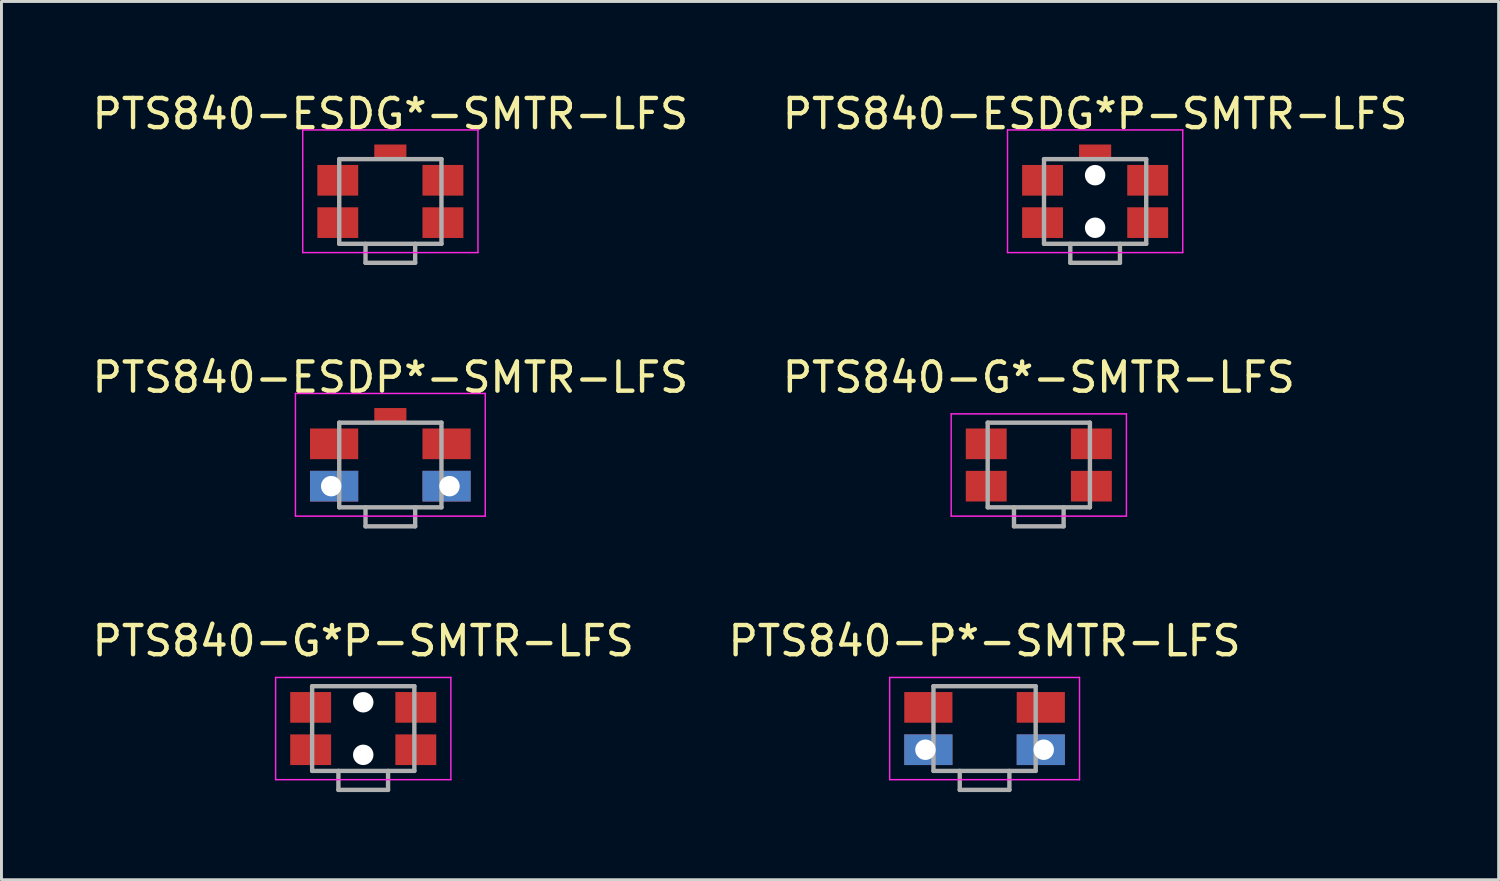
<source format=kicad_pcb>
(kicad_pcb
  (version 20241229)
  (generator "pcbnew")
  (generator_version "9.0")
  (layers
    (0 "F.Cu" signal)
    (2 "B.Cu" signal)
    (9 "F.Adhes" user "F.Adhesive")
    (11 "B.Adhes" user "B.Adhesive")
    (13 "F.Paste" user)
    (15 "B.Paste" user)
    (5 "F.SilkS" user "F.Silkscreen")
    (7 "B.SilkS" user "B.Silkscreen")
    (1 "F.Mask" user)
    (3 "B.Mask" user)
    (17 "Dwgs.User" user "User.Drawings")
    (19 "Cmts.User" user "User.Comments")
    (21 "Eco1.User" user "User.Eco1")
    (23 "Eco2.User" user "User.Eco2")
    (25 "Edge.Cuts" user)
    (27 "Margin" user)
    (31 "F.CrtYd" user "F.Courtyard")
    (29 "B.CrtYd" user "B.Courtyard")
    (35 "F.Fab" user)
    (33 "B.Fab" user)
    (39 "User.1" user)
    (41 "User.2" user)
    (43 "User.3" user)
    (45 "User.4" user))
  (footprint "PTS840-G*-SMTR-LFS"
    (layer "F.Cu")
    (at 32.518 12.871)
    (property "Reference" "PTS840-G*-SMTR-LFS" (at 0 -3 0) (layer "F.SilkS") (effects (font (size 1 1) (thickness 0.15))))
    (attr smd)
    (fp_line (start -3 -1.75) (end -3 1.75) (stroke (width 0.05) (type solid)) (layer "F.CrtYd"))
    (fp_line (start -3 -1.75) (end 3 -1.75) (stroke (width 0.05) (type solid)) (layer "F.CrtYd"))
    (fp_line (start -3 1.75) (end 3 1.75) (stroke (width 0.05) (type solid)) (layer "F.CrtYd"))
    (fp_line (start 3 -1.75) (end 3 1.75) (stroke (width 0.05) (type solid)) (layer "F.CrtYd"))
    (fp_line (start -1.75 -1.45) (end -1.75 1.45) (stroke (width 0.15) (type solid)) (layer "F.Fab"))
    (fp_line (start -1.75 -1.45) (end 1.75 -1.45) (stroke (width 0.15) (type solid)) (layer "F.Fab"))
    (fp_line (start -1.75 1.45) (end 1.75 1.45) (stroke (width 0.15) (type solid)) (layer "F.Fab"))
    (fp_line (start -0.85 1.45) (end -0.85 2.1) (stroke (width 0.15) (type solid)) (layer "F.Fab"))
    (fp_line (start -0.85 2.1) (end 0.85 2.1) (stroke (width 0.15) (type solid)) (layer "F.Fab"))
    (fp_line (start 0.85 1.45) (end 0.85 2.1) (stroke (width 0.15) (type solid)) (layer "F.Fab"))
    (fp_line (start 1.75 -1.45) (end 1.75 1.45) (stroke (width 0.15) (type solid)) (layer "F.Fab"))
    (pad "1" smd rect (at -1.8 -0.725) (size 1.4 1.05) (layers "F.Cu" "F.Mask" "F.Paste"))
    (pad "2" smd rect (at 1.8 -0.725) (size 1.4 1.05) (layers "F.Cu" "F.Mask" "F.Paste"))
    (pad "3" smd rect (at -1.8 0.725) (size 1.4 1.05) (layers "F.Cu" "F.Mask" "F.Paste"))
    (pad "4" smd rect (at 1.8 0.725) (size 1.4 1.05) (layers "F.Cu" "F.Mask" "F.Paste")))
  (footprint "PTS840-ESDG*-SMTR-LFS"
    (layer "F.Cu")
    (at 10.315 3.848)
    (property "Reference" "PTS840-ESDG*-SMTR-LFS" (at 0 -3 0) (layer "F.SilkS") (effects (font (size 1 1) (thickness 0.15))))
    (attr smd)
    (fp_line (start -3 -2.45) (end -3 1.75) (stroke (width 0.05) (type solid)) (layer "F.CrtYd"))
    (fp_line (start -3 -2.45) (end 3 -2.45) (stroke (width 0.05) (type solid)) (layer "F.CrtYd"))
    (fp_line (start -3 1.75) (end 3 1.75) (stroke (width 0.05) (type solid)) (layer "F.CrtYd"))
    (fp_line (start 3 -2.45) (end 3 1.75) (stroke (width 0.05) (type solid)) (layer "F.CrtYd"))
    (fp_line (start -1.75 -1.45) (end -1.75 1.45) (stroke (width 0.15) (type solid)) (layer "F.Fab"))
    (fp_line (start -1.75 -1.45) (end 1.75 -1.45) (stroke (width 0.15) (type solid)) (layer "F.Fab"))
    (fp_line (start -1.75 1.45) (end 1.75 1.45) (stroke (width 0.15) (type solid)) (layer "F.Fab"))
    (fp_line (start -0.85 1.45) (end -0.85 2.1) (stroke (width 0.15) (type solid)) (layer "F.Fab"))
    (fp_line (start -0.85 2.1) (end 0.85 2.1) (stroke (width 0.15) (type solid)) (layer "F.Fab"))
    (fp_line (start 0.85 1.45) (end 0.85 2.1) (stroke (width 0.15) (type solid)) (layer "F.Fab"))
    (fp_line (start 1.75 -1.45) (end 1.75 1.45) (stroke (width 0.15) (type solid)) (layer "F.Fab"))
    (pad "1" smd rect (at -1.8 -0.725) (size 1.4 1.05) (layers "F.Cu" "F.Mask" "F.Paste"))
    (pad "2" smd rect (at 1.8 -0.725) (size 1.4 1.05) (layers "F.Cu" "F.Mask" "F.Paste"))
    (pad "3" smd rect (at -1.8 0.725) (size 1.4 1.05) (layers "F.Cu" "F.Mask" "F.Paste"))
    (pad "4" smd rect (at 1.8 0.725) (size 1.4 1.05) (layers "F.Cu" "F.Mask" "F.Paste"))
    (pad "S" smd rect (at 0 -1.7) (size 1.1 0.5) (layers "F.Cu" "F.Mask" "F.Paste")))
  (footprint "PTS840-G*P-SMTR-LFS"
    (layer "F.Cu")
    (at 9.387 21.895)
    (property "Reference" "PTS840-G*P-SMTR-LFS" (at 0 -3 0) (layer "F.SilkS") (effects (font (size 1 1) (thickness 0.15))))
    (attr smd)
    (fp_line (start -3 -1.75) (end -3 1.75) (stroke (width 0.05) (type solid)) (layer "F.CrtYd"))
    (fp_line (start -3 -1.75) (end 3 -1.75) (stroke (width 0.05) (type solid)) (layer "F.CrtYd"))
    (fp_line (start -3 1.75) (end 3 1.75) (stroke (width 0.05) (type solid)) (layer "F.CrtYd"))
    (fp_line (start 3 -1.75) (end 3 1.75) (stroke (width 0.05) (type solid)) (layer "F.CrtYd"))
    (fp_line (start -1.75 -1.45) (end -1.75 1.45) (stroke (width 0.15) (type solid)) (layer "F.Fab"))
    (fp_line (start -1.75 -1.45) (end 1.75 -1.45) (stroke (width 0.15) (type solid)) (layer "F.Fab"))
    (fp_line (start -1.75 1.45) (end 1.75 1.45) (stroke (width 0.15) (type solid)) (layer "F.Fab"))
    (fp_line (start -0.85 1.45) (end -0.85 2.1) (stroke (width 0.15) (type solid)) (layer "F.Fab"))
    (fp_line (start -0.85 2.1) (end 0.85 2.1) (stroke (width 0.15) (type solid)) (layer "F.Fab"))
    (fp_line (start 0.85 1.45) (end 0.85 2.1) (stroke (width 0.15) (type solid)) (layer "F.Fab"))
    (fp_line (start 1.75 -1.45) (end 1.75 1.45) (stroke (width 0.15) (type solid)) (layer "F.Fab"))
    (pad "" np_thru_hole circle (at 0 -0.9) (size 0.7 0.7) (drill 0.7) (layers "*.Cu" "*.Mask"))
    (pad "" np_thru_hole circle (at 0 0.9) (size 0.7 0.7) (drill 0.7) (layers "*.Cu" "*.Mask"))
    (pad "1" smd rect (at -1.8 -0.725) (size 1.4 1.05) (layers "F.Cu" "F.Mask" "F.Paste"))
    (pad "2" smd rect (at 1.8 -0.725) (size 1.4 1.05) (layers "F.Cu" "F.Mask" "F.Paste"))
    (pad "3" smd rect (at -1.8 0.725) (size 1.4 1.05) (layers "F.Cu" "F.Mask" "F.Paste"))
    (pad "4" smd rect (at 1.8 0.725) (size 1.4 1.05) (layers "F.Cu" "F.Mask" "F.Paste")))
  (footprint "PTS840-P*-SMTR-LFS"
    (layer "F.Cu")
    (at 30.661 21.895)
    (property "Reference" "PTS840-P*-SMTR-LFS" (at 0 -3 0) (layer "F.SilkS") (effects (font (size 1 1) (thickness 0.15))))
    (attr smd)
    (fp_line (start -3.25 -1.75) (end -3.25 1.75) (stroke (width 0.05) (type solid)) (layer "F.CrtYd"))
    (fp_line (start -3.25 -1.75) (end 3.25 -1.75) (stroke (width 0.05) (type solid)) (layer "F.CrtYd"))
    (fp_line (start -3.25 1.75) (end 3.25 1.75) (stroke (width 0.05) (type solid)) (layer "F.CrtYd"))
    (fp_line (start 3.25 -1.75) (end 3.25 1.75) (stroke (width 0.05) (type solid)) (layer "F.CrtYd"))
    (fp_line (start -1.75 -1.45) (end -1.75 1.45) (stroke (width 0.15) (type solid)) (layer "F.Fab"))
    (fp_line (start -1.75 -1.45) (end 1.75 -1.45) (stroke (width 0.15) (type solid)) (layer "F.Fab"))
    (fp_line (start -1.75 1.45) (end 1.75 1.45) (stroke (width 0.15) (type solid)) (layer "F.Fab"))
    (fp_line (start -0.85 1.45) (end -0.85 2.1) (stroke (width 0.15) (type solid)) (layer "F.Fab"))
    (fp_line (start -0.85 2.1) (end 0.85 2.1) (stroke (width 0.15) (type solid)) (layer "F.Fab"))
    (fp_line (start 0.85 1.45) (end 0.85 2.1) (stroke (width 0.15) (type solid)) (layer "F.Fab"))
    (fp_line (start 1.75 -1.45) (end 1.75 1.45) (stroke (width 0.15) (type solid)) (layer "F.Fab"))
    (pad "1" smd rect (at -1.925 -0.725) (size 1.65 1.05) (layers "F.Cu" "F.Mask" "F.Paste"))
    (pad "2" smd rect (at 1.925 -0.725) (size 1.65 1.05) (layers "F.Cu" "F.Mask" "F.Paste"))
    (pad "3" thru_hole rect (at -2.025 0.725) (size 1.65 1.05) (drill 0.7 (offset 0.1 0)) (layers "*.Cu" "*.Mask"))
    (pad "4" thru_hole rect (at 2.025 0.725) (size 1.65 1.05) (drill 0.7 (offset -0.1 0)) (layers "*.Cu" "*.Mask")))
  (footprint "PTS840-ESDP*-SMTR-LFS"
    (layer "F.Cu")
    (at 10.315 12.871)
    (property "Reference" "PTS840-ESDP*-SMTR-LFS" (at 0 -3 0) (layer "F.SilkS") (effects (font (size 1 1) (thickness 0.15))))
    (attr smd)
    (fp_line (start -3.25 -2.45) (end -3.25 1.75) (stroke (width 0.05) (type solid)) (layer "F.CrtYd"))
    (fp_line (start -3.25 -2.45) (end 3.25 -2.45) (stroke (width 0.05) (type solid)) (layer "F.CrtYd"))
    (fp_line (start -3.25 1.75) (end 3.25 1.75) (stroke (width 0.05) (type solid)) (layer "F.CrtYd"))
    (fp_line (start 3.25 -2.45) (end 3.25 1.75) (stroke (width 0.05) (type solid)) (layer "F.CrtYd"))
    (fp_line (start -1.75 -1.45) (end -1.75 1.45) (stroke (width 0.15) (type solid)) (layer "F.Fab"))
    (fp_line (start -1.75 -1.45) (end 1.75 -1.45) (stroke (width 0.15) (type solid)) (layer "F.Fab"))
    (fp_line (start -1.75 1.45) (end 1.75 1.45) (stroke (width 0.15) (type solid)) (layer "F.Fab"))
    (fp_line (start -0.85 1.45) (end -0.85 2.1) (stroke (width 0.15) (type solid)) (layer "F.Fab"))
    (fp_line (start -0.85 2.1) (end 0.85 2.1) (stroke (width 0.15) (type solid)) (layer "F.Fab"))
    (fp_line (start 0.85 1.45) (end 0.85 2.1) (stroke (width 0.15) (type solid)) (layer "F.Fab"))
    (fp_line (start 1.75 -1.45) (end 1.75 1.45) (stroke (width 0.15) (type solid)) (layer "F.Fab"))
    (pad "1" smd rect (at -1.925 -0.725) (size 1.65 1.05) (layers "F.Cu" "F.Mask" "F.Paste"))
    (pad "2" smd rect (at 1.925 -0.725) (size 1.65 1.05) (layers "F.Cu" "F.Mask" "F.Paste"))
    (pad "3" thru_hole rect (at -2.025 0.725) (size 1.65 1.05) (drill 0.7 (offset 0.1 0)) (layers "*.Cu" "*.Mask"))
    (pad "4" thru_hole rect (at 2.025 0.725) (size 1.65 1.05) (drill 0.7 (offset -0.1 0)) (layers "*.Cu" "*.Mask"))
    (pad "S" smd rect (at 0 -1.7) (size 1.1 0.5) (layers "F.Cu" "F.Mask" "F.Paste")))
  (footprint "PTS840-ESDG*P-SMTR-LFS"
    (layer "F.Cu")
    (at 34.446 3.848)
    (property "Reference" "PTS840-ESDG*P-SMTR-LFS" (at 0 -3 0) (layer "F.SilkS") (effects (font (size 1 1) (thickness 0.15))))
    (attr smd)
    (fp_line (start -3 -2.45) (end -3 1.75) (stroke (width 0.05) (type solid)) (layer "F.CrtYd"))
    (fp_line (start -3 -2.45) (end 3 -2.45) (stroke (width 0.05) (type solid)) (layer "F.CrtYd"))
    (fp_line (start -3 1.75) (end 3 1.75) (stroke (width 0.05) (type solid)) (layer "F.CrtYd"))
    (fp_line (start 3 -2.45) (end 3 1.75) (stroke (width 0.05) (type solid)) (layer "F.CrtYd"))
    (fp_line (start -1.75 -1.45) (end -1.75 1.45) (stroke (width 0.15) (type solid)) (layer "F.Fab"))
    (fp_line (start -1.75 -1.45) (end 1.75 -1.45) (stroke (width 0.15) (type solid)) (layer "F.Fab"))
    (fp_line (start -1.75 1.45) (end 1.75 1.45) (stroke (width 0.15) (type solid)) (layer "F.Fab"))
    (fp_line (start -0.85 1.45) (end -0.85 2.1) (stroke (width 0.15) (type solid)) (layer "F.Fab"))
    (fp_line (start -0.85 2.1) (end 0.85 2.1) (stroke (width 0.15) (type solid)) (layer "F.Fab"))
    (fp_line (start 0.85 1.45) (end 0.85 2.1) (stroke (width 0.15) (type solid)) (layer "F.Fab"))
    (fp_line (start 1.75 -1.45) (end 1.75 1.45) (stroke (width 0.15) (type solid)) (layer "F.Fab"))
    (pad "" np_thru_hole circle (at 0 -0.9) (size 0.7 0.7) (drill 0.7) (layers "*.Cu" "*.Mask"))
    (pad "" np_thru_hole circle (at 0 0.9) (size 0.7 0.7) (drill 0.7) (layers "*.Cu" "*.Mask"))
    (pad "1" smd rect (at -1.8 -0.725) (size 1.4 1.05) (layers "F.Cu" "F.Mask" "F.Paste"))
    (pad "2" smd rect (at 1.8 -0.725) (size 1.4 1.05) (layers "F.Cu" "F.Mask" "F.Paste"))
    (pad "3" smd rect (at -1.8 0.725) (size 1.4 1.05) (layers "F.Cu" "F.Mask" "F.Paste"))
    (pad "4" smd rect (at 1.8 0.725) (size 1.4 1.05) (layers "F.Cu" "F.Mask" "F.Paste"))
    (pad "S" smd rect (at 0 -1.7) (size 1.1 0.5) (layers "F.Cu" "F.Mask" "F.Paste")))
  (gr_rect
    (start -3 -3)
    (end 48.262 27.07)
    (stroke (width 0.1) (type default))
    (fill no)
    (layer "Edge.Cuts")))
</source>
